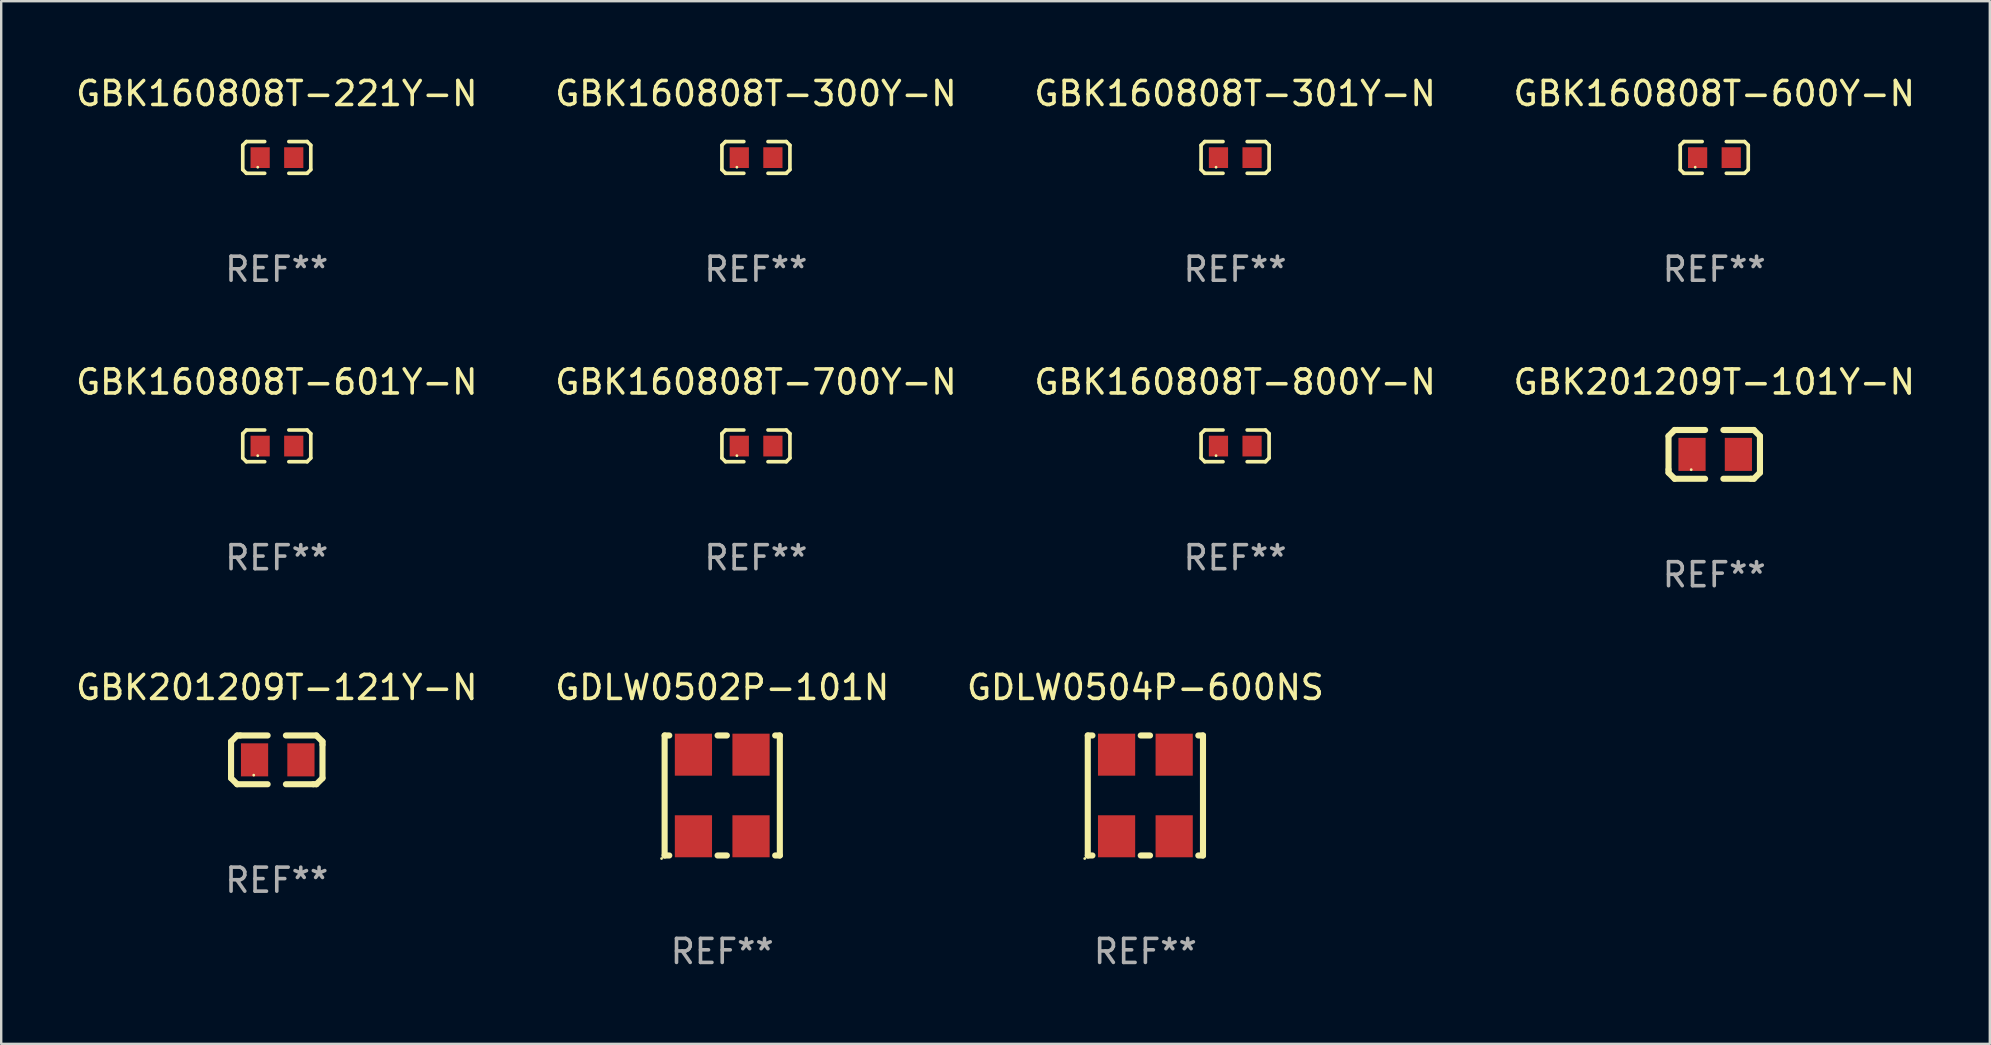
<source format=kicad_pcb>
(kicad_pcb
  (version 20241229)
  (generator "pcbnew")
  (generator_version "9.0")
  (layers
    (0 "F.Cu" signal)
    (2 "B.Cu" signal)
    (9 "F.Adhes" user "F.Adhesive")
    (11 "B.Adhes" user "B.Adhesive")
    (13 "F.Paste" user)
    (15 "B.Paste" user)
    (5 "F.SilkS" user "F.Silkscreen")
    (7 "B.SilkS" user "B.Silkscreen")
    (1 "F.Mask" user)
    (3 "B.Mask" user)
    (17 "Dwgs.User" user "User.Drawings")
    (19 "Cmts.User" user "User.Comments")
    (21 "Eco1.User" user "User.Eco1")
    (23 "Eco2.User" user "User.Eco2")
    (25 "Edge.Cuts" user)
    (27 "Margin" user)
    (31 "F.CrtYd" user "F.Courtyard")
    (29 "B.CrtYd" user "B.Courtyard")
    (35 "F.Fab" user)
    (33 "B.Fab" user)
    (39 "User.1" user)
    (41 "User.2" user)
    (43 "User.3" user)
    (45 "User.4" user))
  (footprint "GBK201209T-101Y-N"
    (layer "F.Cu")
    (at 68.375 15.882)
    (property "Reference" "GBK201209T-101Y-N" (at 0 -3.016 0) (layer "F.SilkS") (effects (font (size 1 1) (thickness 0.15))))
    (attr through_hole)
    (fp_line (start -1.905 -0.762) (end -1.905 0.635) (stroke (width 0.254) (type solid)) (layer "F.SilkS"))
    (fp_line (start -1.905 0.635) (end -1.905 0.762) (stroke (width 0.254) (type solid)) (layer "F.SilkS"))
    (fp_line (start -1.905 0.762) (end -1.651 1.016) (stroke (width 0.254) (type solid)) (layer "F.SilkS"))
    (fp_line (start -1.651 -1.016) (end -1.905 -0.762) (stroke (width 0.254) (type solid)) (layer "F.SilkS"))
    (fp_line (start -1.651 1.016) (end -0.381 1.016) (stroke (width 0.254) (type solid)) (layer "F.SilkS"))
    (fp_line (start -1.524 -1.016) (end -1.651 -1.016) (stroke (width 0.254) (type solid)) (layer "F.SilkS"))
    (fp_line (start -0.381 -1.016) (end -1.524 -1.016) (stroke (width 0.254) (type solid)) (layer "F.SilkS"))
    (fp_line (start 0.381 1.016) (end 1.524 1.016) (stroke (width 0.254) (type solid)) (layer "F.SilkS"))
    (fp_line (start 1.524 1.016) (end 1.651 1.016) (stroke (width 0.254) (type solid)) (layer "F.SilkS"))
    (fp_line (start 1.651 -1.016) (end 0.381 -1.016) (stroke (width 0.254) (type solid)) (layer "F.SilkS"))
    (fp_line (start 1.651 1.016) (end 1.905 0.762) (stroke (width 0.254) (type solid)) (layer "F.SilkS"))
    (fp_line (start 1.905 -0.762) (end 1.651 -1.016) (stroke (width 0.254) (type solid)) (layer "F.SilkS"))
    (fp_line (start 1.905 -0.635) (end 1.905 -0.762) (stroke (width 0.254) (type solid)) (layer "F.SilkS"))
    (fp_line (start 1.905 0.762) (end 1.905 -0.635) (stroke (width 0.254) (type solid)) (layer "F.SilkS"))
    (fp_circle (center -0.96 0.637) (end -0.93 0.637) (stroke (width 0.06) (type solid)) (fill no) (layer "F.SilkS"))
    (fp_text user "REF**" (at 0 5.016 0) (layer "F.Fab") (effects (font (size 1 1) (thickness 0.15))))
    (pad "1" smd rect (at -0.926 -0.000051) (size 1.133 1.377) (layers "F.Cu" "F.Mask" "F.Paste"))
    (pad "2" smd rect (at 1.006 -0.000051) (size 1.133 1.377) (layers "F.Cu" "F.Mask" "F.Paste")))
  (footprint "GBK160808T-301Y-N"
    (layer "F.Cu")
    (at 48.411 3.509)
    (property "Reference" "GBK160808T-301Y-N" (at 0 -2.661 0) (layer "F.SilkS") (effects (font (size 1 1) (thickness 0.15))))
    (attr through_hole)
    (fp_line (start -1.417 -0.508) (end -1.265 -0.661) (stroke (width 0.152) (type solid)) (layer "F.SilkS"))
    (fp_line (start -1.417 0.508) (end -1.417 -0.508) (stroke (width 0.152) (type solid)) (layer "F.SilkS"))
    (fp_line (start -1.265 -0.661) (end -0.503 -0.661) (stroke (width 0.152) (type solid)) (layer "F.SilkS"))
    (fp_line (start -1.265 0.661) (end -1.417 0.508) (stroke (width 0.152) (type solid)) (layer "F.SilkS"))
    (fp_line (start -1.265 0.661) (end -0.503 0.661) (stroke (width 0.152) (type solid)) (layer "F.SilkS"))
    (fp_line (start 1.265 -0.661) (end 0.503 -0.661) (stroke (width 0.152) (type solid)) (layer "F.SilkS"))
    (fp_line (start 1.265 -0.661) (end 1.417 -0.508) (stroke (width 0.152) (type solid)) (layer "F.SilkS"))
    (fp_line (start 1.265 0.661) (end 0.503 0.661) (stroke (width 0.152) (type solid)) (layer "F.SilkS"))
    (fp_line (start 1.417 -0.508) (end 1.417 0.508) (stroke (width 0.152) (type solid)) (layer "F.SilkS"))
    (fp_line (start 1.417 0.508) (end 1.265 0.661) (stroke (width 0.152) (type solid)) (layer "F.SilkS"))
    (fp_circle (center -0.793 0.409) (end -0.763 0.409) (stroke (width 0.06) (type solid)) (fill no) (layer "F.SilkS"))
    (fp_text user "REF**" (at 0 4.661 0) (layer "F.Fab") (effects (font (size 1 1) (thickness 0.15))))
    (pad "1" smd rect (at -0.693 0.009 180) (size 0.8 0.864) (layers "F.Cu" "F.Mask" "F.Paste"))
    (pad "2" smd rect (at 0.707 0.009 180) (size 0.8 0.864) (layers "F.Cu" "F.Mask" "F.Paste")))
  (footprint "GBK160808T-221Y-N"
    (layer "F.Cu")
    (at 8.482 3.509)
    (property "Reference" "GBK160808T-221Y-N" (at 0 -2.661 0) (layer "F.SilkS") (effects (font (size 1 1) (thickness 0.15))))
    (attr through_hole)
    (fp_line (start -1.417 -0.508) (end -1.265 -0.661) (stroke (width 0.152) (type solid)) (layer "F.SilkS"))
    (fp_line (start -1.417 0.508) (end -1.417 -0.508) (stroke (width 0.152) (type solid)) (layer "F.SilkS"))
    (fp_line (start -1.265 -0.661) (end -0.503 -0.661) (stroke (width 0.152) (type solid)) (layer "F.SilkS"))
    (fp_line (start -1.265 0.661) (end -1.417 0.508) (stroke (width 0.152) (type solid)) (layer "F.SilkS"))
    (fp_line (start -1.265 0.661) (end -0.503 0.661) (stroke (width 0.152) (type solid)) (layer "F.SilkS"))
    (fp_line (start 1.265 -0.661) (end 0.503 -0.661) (stroke (width 0.152) (type solid)) (layer "F.SilkS"))
    (fp_line (start 1.265 -0.661) (end 1.417 -0.508) (stroke (width 0.152) (type solid)) (layer "F.SilkS"))
    (fp_line (start 1.265 0.661) (end 0.503 0.661) (stroke (width 0.152) (type solid)) (layer "F.SilkS"))
    (fp_line (start 1.417 -0.508) (end 1.417 0.508) (stroke (width 0.152) (type solid)) (layer "F.SilkS"))
    (fp_line (start 1.417 0.508) (end 1.265 0.661) (stroke (width 0.152) (type solid)) (layer "F.SilkS"))
    (fp_circle (center -0.793 0.409) (end -0.763 0.409) (stroke (width 0.06) (type solid)) (fill no) (layer "F.SilkS"))
    (fp_text user "REF**" (at 0 4.661 0) (layer "F.Fab") (effects (font (size 1 1) (thickness 0.15))))
    (pad "1" smd rect (at -0.693 0.009 180) (size 0.8 0.864) (layers "F.Cu" "F.Mask" "F.Paste"))
    (pad "2" smd rect (at 0.707 0.009 180) (size 0.8 0.864) (layers "F.Cu" "F.Mask" "F.Paste")))
  (footprint "GBK201209T-121Y-N"
    (layer "F.Cu")
    (at 8.482 28.61)
    (property "Reference" "GBK201209T-121Y-N" (at 0 -3.016 0) (layer "F.SilkS") (effects (font (size 1 1) (thickness 0.15))))
    (attr through_hole)
    (fp_line (start -1.905 -0.762) (end -1.905 0.635) (stroke (width 0.254) (type solid)) (layer "F.SilkS"))
    (fp_line (start -1.905 0.635) (end -1.905 0.762) (stroke (width 0.254) (type solid)) (layer "F.SilkS"))
    (fp_line (start -1.905 0.762) (end -1.651 1.016) (stroke (width 0.254) (type solid)) (layer "F.SilkS"))
    (fp_line (start -1.651 -1.016) (end -1.905 -0.762) (stroke (width 0.254) (type solid)) (layer "F.SilkS"))
    (fp_line (start -1.651 1.016) (end -0.381 1.016) (stroke (width 0.254) (type solid)) (layer "F.SilkS"))
    (fp_line (start -1.524 -1.016) (end -1.651 -1.016) (stroke (width 0.254) (type solid)) (layer "F.SilkS"))
    (fp_line (start -0.381 -1.016) (end -1.524 -1.016) (stroke (width 0.254) (type solid)) (layer "F.SilkS"))
    (fp_line (start 0.381 1.016) (end 1.524 1.016) (stroke (width 0.254) (type solid)) (layer "F.SilkS"))
    (fp_line (start 1.524 1.016) (end 1.651 1.016) (stroke (width 0.254) (type solid)) (layer "F.SilkS"))
    (fp_line (start 1.651 -1.016) (end 0.381 -1.016) (stroke (width 0.254) (type solid)) (layer "F.SilkS"))
    (fp_line (start 1.651 1.016) (end 1.905 0.762) (stroke (width 0.254) (type solid)) (layer "F.SilkS"))
    (fp_line (start 1.905 -0.762) (end 1.651 -1.016) (stroke (width 0.254) (type solid)) (layer "F.SilkS"))
    (fp_line (start 1.905 -0.635) (end 1.905 -0.762) (stroke (width 0.254) (type solid)) (layer "F.SilkS"))
    (fp_line (start 1.905 0.762) (end 1.905 -0.635) (stroke (width 0.254) (type solid)) (layer "F.SilkS"))
    (fp_circle (center -0.96 0.637) (end -0.93 0.637) (stroke (width 0.06) (type solid)) (fill no) (layer "F.SilkS"))
    (fp_text user "REF**" (at 0 5.016 0) (layer "F.Fab") (effects (font (size 1 1) (thickness 0.15))))
    (pad "1" smd rect (at -0.926 -0.000051) (size 1.133 1.377) (layers "F.Cu" "F.Mask" "F.Paste"))
    (pad "2" smd rect (at 1.006 -0.000051) (size 1.133 1.377) (layers "F.Cu" "F.Mask" "F.Paste")))
  (footprint "GBK160808T-300Y-N"
    (layer "F.Cu")
    (at 28.446 3.509)
    (property "Reference" "GBK160808T-300Y-N" (at 0 -2.661 0) (layer "F.SilkS") (effects (font (size 1 1) (thickness 0.15))))
    (attr through_hole)
    (fp_line (start -1.417 -0.508) (end -1.265 -0.661) (stroke (width 0.152) (type solid)) (layer "F.SilkS"))
    (fp_line (start -1.417 0.508) (end -1.417 -0.508) (stroke (width 0.152) (type solid)) (layer "F.SilkS"))
    (fp_line (start -1.265 -0.661) (end -0.503 -0.661) (stroke (width 0.152) (type solid)) (layer "F.SilkS"))
    (fp_line (start -1.265 0.661) (end -1.417 0.508) (stroke (width 0.152) (type solid)) (layer "F.SilkS"))
    (fp_line (start -1.265 0.661) (end -0.503 0.661) (stroke (width 0.152) (type solid)) (layer "F.SilkS"))
    (fp_line (start 1.265 -0.661) (end 0.503 -0.661) (stroke (width 0.152) (type solid)) (layer "F.SilkS"))
    (fp_line (start 1.265 -0.661) (end 1.417 -0.508) (stroke (width 0.152) (type solid)) (layer "F.SilkS"))
    (fp_line (start 1.265 0.661) (end 0.503 0.661) (stroke (width 0.152) (type solid)) (layer "F.SilkS"))
    (fp_line (start 1.417 -0.508) (end 1.417 0.508) (stroke (width 0.152) (type solid)) (layer "F.SilkS"))
    (fp_line (start 1.417 0.508) (end 1.265 0.661) (stroke (width 0.152) (type solid)) (layer "F.SilkS"))
    (fp_circle (center -0.793 0.409) (end -0.763 0.409) (stroke (width 0.06) (type solid)) (fill no) (layer "F.SilkS"))
    (fp_text user "REF**" (at 0 4.661 0) (layer "F.Fab") (effects (font (size 1 1) (thickness 0.15))))
    (pad "1" smd rect (at -0.693 0.009 180) (size 0.8 0.864) (layers "F.Cu" "F.Mask" "F.Paste"))
    (pad "2" smd rect (at 0.707 0.009 180) (size 0.8 0.864) (layers "F.Cu" "F.Mask" "F.Paste")))
  (footprint "GBK160808T-601Y-N"
    (layer "F.Cu")
    (at 8.482 15.527)
    (property "Reference" "GBK160808T-601Y-N" (at 0 -2.661 0) (layer "F.SilkS") (effects (font (size 1 1) (thickness 0.15))))
    (attr through_hole)
    (fp_line (start -1.417 -0.508) (end -1.265 -0.661) (stroke (width 0.152) (type solid)) (layer "F.SilkS"))
    (fp_line (start -1.417 0.508) (end -1.417 -0.508) (stroke (width 0.152) (type solid)) (layer "F.SilkS"))
    (fp_line (start -1.265 -0.661) (end -0.503 -0.661) (stroke (width 0.152) (type solid)) (layer "F.SilkS"))
    (fp_line (start -1.265 0.661) (end -1.417 0.508) (stroke (width 0.152) (type solid)) (layer "F.SilkS"))
    (fp_line (start -1.265 0.661) (end -0.503 0.661) (stroke (width 0.152) (type solid)) (layer "F.SilkS"))
    (fp_line (start 1.265 -0.661) (end 0.503 -0.661) (stroke (width 0.152) (type solid)) (layer "F.SilkS"))
    (fp_line (start 1.265 -0.661) (end 1.417 -0.508) (stroke (width 0.152) (type solid)) (layer "F.SilkS"))
    (fp_line (start 1.265 0.661) (end 0.503 0.661) (stroke (width 0.152) (type solid)) (layer "F.SilkS"))
    (fp_line (start 1.417 -0.508) (end 1.417 0.508) (stroke (width 0.152) (type solid)) (layer "F.SilkS"))
    (fp_line (start 1.417 0.508) (end 1.265 0.661) (stroke (width 0.152) (type solid)) (layer "F.SilkS"))
    (fp_circle (center -0.793 0.409) (end -0.763 0.409) (stroke (width 0.06) (type solid)) (fill no) (layer "F.SilkS"))
    (fp_text user "REF**" (at 0 4.661 0) (layer "F.Fab") (effects (font (size 1 1) (thickness 0.15))))
    (pad "1" smd rect (at -0.693 0.009 180) (size 0.8 0.864) (layers "F.Cu" "F.Mask" "F.Paste"))
    (pad "2" smd rect (at 0.707 0.009 180) (size 0.8 0.864) (layers "F.Cu" "F.Mask" "F.Paste")))
  (footprint "GDLW0504P-600NS"
    (layer "F.Cu")
    (at 44.673 30.094)
    (property "Reference" "GDLW0504P-600NS" (at 0 -4.5 0) (layer "F.SilkS") (effects (font (size 1 1) (thickness 0.15))))
    (attr through_hole)
    (fp_line (start -2.4 -2.5) (end -2.206 -2.5) (stroke (width 0.254) (type solid)) (layer "F.SilkS"))
    (fp_line (start -2.4 2.5) (end -2.4 -2.5) (stroke (width 0.254) (type solid)) (layer "F.SilkS"))
    (fp_line (start -2.4 2.5) (end -2.206 2.5) (stroke (width 0.254) (type solid)) (layer "F.SilkS"))
    (fp_line (start -0.194 -2.5) (end 0.194 -2.5) (stroke (width 0.254) (type solid)) (layer "F.SilkS"))
    (fp_line (start -0.194 2.5) (end 0.194 2.5) (stroke (width 0.254) (type solid)) (layer "F.SilkS"))
    (fp_line (start 2.206 -2.5) (end 2.4 -2.5) (stroke (width 0.254) (type solid)) (layer "F.SilkS"))
    (fp_line (start 2.206 2.5) (end 2.4 2.5) (stroke (width 0.254) (type solid)) (layer "F.SilkS"))
    (fp_line (start 2.4 2.5) (end 2.4 -2.5) (stroke (width 0.254) (type solid)) (layer "F.SilkS"))
    (fp_circle (center -2.527 2.627) (end -2.497 2.627) (stroke (width 0.06) (type solid)) (fill no) (layer "F.SilkS"))
    (fp_text user "REF**" (at 0 6.5 0) (layer "F.Fab") (effects (font (size 1 1) (thickness 0.15))))
    (pad "1" smd rect (at -1.2 1.7 180) (size 1.55 1.75) (layers "F.Cu" "F.Mask" "F.Paste"))
    (pad "2" smd rect (at -1.2 -1.7 180) (size 1.55 1.75) (layers "F.Cu" "F.Mask" "F.Paste"))
    (pad "3" smd rect (at 1.2 -1.7 180) (size 1.55 1.75) (layers "F.Cu" "F.Mask" "F.Paste"))
    (pad "4" smd rect (at 1.2 1.7 180) (size 1.55 1.75) (layers "F.Cu" "F.Mask" "F.Paste")))
  (footprint "GBK160808T-600Y-N"
    (layer "F.Cu")
    (at 68.375 3.509)
    (property "Reference" "GBK160808T-600Y-N" (at 0 -2.661 0) (layer "F.SilkS") (effects (font (size 1 1) (thickness 0.15))))
    (attr through_hole)
    (fp_line (start -1.417 -0.508) (end -1.265 -0.661) (stroke (width 0.152) (type solid)) (layer "F.SilkS"))
    (fp_line (start -1.417 0.508) (end -1.417 -0.508) (stroke (width 0.152) (type solid)) (layer "F.SilkS"))
    (fp_line (start -1.265 -0.661) (end -0.503 -0.661) (stroke (width 0.152) (type solid)) (layer "F.SilkS"))
    (fp_line (start -1.265 0.661) (end -1.417 0.508) (stroke (width 0.152) (type solid)) (layer "F.SilkS"))
    (fp_line (start -1.265 0.661) (end -0.503 0.661) (stroke (width 0.152) (type solid)) (layer "F.SilkS"))
    (fp_line (start 1.265 -0.661) (end 0.503 -0.661) (stroke (width 0.152) (type solid)) (layer "F.SilkS"))
    (fp_line (start 1.265 -0.661) (end 1.417 -0.508) (stroke (width 0.152) (type solid)) (layer "F.SilkS"))
    (fp_line (start 1.265 0.661) (end 0.503 0.661) (stroke (width 0.152) (type solid)) (layer "F.SilkS"))
    (fp_line (start 1.417 -0.508) (end 1.417 0.508) (stroke (width 0.152) (type solid)) (layer "F.SilkS"))
    (fp_line (start 1.417 0.508) (end 1.265 0.661) (stroke (width 0.152) (type solid)) (layer "F.SilkS"))
    (fp_circle (center -0.793 0.409) (end -0.763 0.409) (stroke (width 0.06) (type solid)) (fill no) (layer "F.SilkS"))
    (fp_text user "REF**" (at 0 4.661 0) (layer "F.Fab") (effects (font (size 1 1) (thickness 0.15))))
    (pad "1" smd rect (at -0.693 0.009 180) (size 0.8 0.864) (layers "F.Cu" "F.Mask" "F.Paste"))
    (pad "2" smd rect (at 0.707 0.009 180) (size 0.8 0.864) (layers "F.Cu" "F.Mask" "F.Paste")))
  (footprint "GDLW0502P-101N"
    (layer "F.Cu")
    (at 27.042 30.094)
    (property "Reference" "GDLW0502P-101N" (at 0 -4.5 0) (layer "F.SilkS") (effects (font (size 1 1) (thickness 0.15))))
    (attr through_hole)
    (fp_line (start -2.4 -2.5) (end -2.206 -2.5) (stroke (width 0.254) (type solid)) (layer "F.SilkS"))
    (fp_line (start -2.4 2.5) (end -2.4 -2.5) (stroke (width 0.254) (type solid)) (layer "F.SilkS"))
    (fp_line (start -2.4 2.5) (end -2.206 2.5) (stroke (width 0.254) (type solid)) (layer "F.SilkS"))
    (fp_line (start -0.194 -2.5) (end 0.194 -2.5) (stroke (width 0.254) (type solid)) (layer "F.SilkS"))
    (fp_line (start -0.194 2.5) (end 0.194 2.5) (stroke (width 0.254) (type solid)) (layer "F.SilkS"))
    (fp_line (start 2.206 -2.5) (end 2.4 -2.5) (stroke (width 0.254) (type solid)) (layer "F.SilkS"))
    (fp_line (start 2.206 2.5) (end 2.4 2.5) (stroke (width 0.254) (type solid)) (layer "F.SilkS"))
    (fp_line (start 2.4 2.5) (end 2.4 -2.5) (stroke (width 0.254) (type solid)) (layer "F.SilkS"))
    (fp_circle (center -2.527 2.627) (end -2.497 2.627) (stroke (width 0.06) (type solid)) (fill no) (layer "F.SilkS"))
    (fp_text user "REF**" (at 0 6.5 0) (layer "F.Fab") (effects (font (size 1 1) (thickness 0.15))))
    (pad "1" smd rect (at -1.2 1.7 180) (size 1.55 1.75) (layers "F.Cu" "F.Mask" "F.Paste"))
    (pad "2" smd rect (at -1.2 -1.7 180) (size 1.55 1.75) (layers "F.Cu" "F.Mask" "F.Paste"))
    (pad "3" smd rect (at 1.2 -1.7 180) (size 1.55 1.75) (layers "F.Cu" "F.Mask" "F.Paste"))
    (pad "4" smd rect (at 1.2 1.7 180) (size 1.55 1.75) (layers "F.Cu" "F.Mask" "F.Paste")))
  (footprint "GBK160808T-700Y-N"
    (layer "F.Cu")
    (at 28.446 15.527)
    (property "Reference" "GBK160808T-700Y-N" (at 0 -2.661 0) (layer "F.SilkS") (effects (font (size 1 1) (thickness 0.15))))
    (attr through_hole)
    (fp_line (start -1.417 -0.508) (end -1.265 -0.661) (stroke (width 0.152) (type solid)) (layer "F.SilkS"))
    (fp_line (start -1.417 0.508) (end -1.417 -0.508) (stroke (width 0.152) (type solid)) (layer "F.SilkS"))
    (fp_line (start -1.265 -0.661) (end -0.503 -0.661) (stroke (width 0.152) (type solid)) (layer "F.SilkS"))
    (fp_line (start -1.265 0.661) (end -1.417 0.508) (stroke (width 0.152) (type solid)) (layer "F.SilkS"))
    (fp_line (start -1.265 0.661) (end -0.503 0.661) (stroke (width 0.152) (type solid)) (layer "F.SilkS"))
    (fp_line (start 1.265 -0.661) (end 0.503 -0.661) (stroke (width 0.152) (type solid)) (layer "F.SilkS"))
    (fp_line (start 1.265 -0.661) (end 1.417 -0.508) (stroke (width 0.152) (type solid)) (layer "F.SilkS"))
    (fp_line (start 1.265 0.661) (end 0.503 0.661) (stroke (width 0.152) (type solid)) (layer "F.SilkS"))
    (fp_line (start 1.417 -0.508) (end 1.417 0.508) (stroke (width 0.152) (type solid)) (layer "F.SilkS"))
    (fp_line (start 1.417 0.508) (end 1.265 0.661) (stroke (width 0.152) (type solid)) (layer "F.SilkS"))
    (fp_circle (center -0.793 0.409) (end -0.763 0.409) (stroke (width 0.06) (type solid)) (fill no) (layer "F.SilkS"))
    (fp_text user "REF**" (at 0 4.661 0) (layer "F.Fab") (effects (font (size 1 1) (thickness 0.15))))
    (pad "1" smd rect (at -0.693 0.009 180) (size 0.8 0.864) (layers "F.Cu" "F.Mask" "F.Paste"))
    (pad "2" smd rect (at 0.707 0.009 180) (size 0.8 0.864) (layers "F.Cu" "F.Mask" "F.Paste")))
  (footprint "GBK160808T-800Y-N"
    (layer "F.Cu")
    (at 48.411 15.527)
    (property "Reference" "GBK160808T-800Y-N" (at 0 -2.661 0) (layer "F.SilkS") (effects (font (size 1 1) (thickness 0.15))))
    (attr through_hole)
    (fp_line (start -1.417 -0.508) (end -1.265 -0.661) (stroke (width 0.152) (type solid)) (layer "F.SilkS"))
    (fp_line (start -1.417 0.508) (end -1.417 -0.508) (stroke (width 0.152) (type solid)) (layer "F.SilkS"))
    (fp_line (start -1.265 -0.661) (end -0.503 -0.661) (stroke (width 0.152) (type solid)) (layer "F.SilkS"))
    (fp_line (start -1.265 0.661) (end -1.417 0.508) (stroke (width 0.152) (type solid)) (layer "F.SilkS"))
    (fp_line (start -1.265 0.661) (end -0.503 0.661) (stroke (width 0.152) (type solid)) (layer "F.SilkS"))
    (fp_line (start 1.265 -0.661) (end 0.503 -0.661) (stroke (width 0.152) (type solid)) (layer "F.SilkS"))
    (fp_line (start 1.265 -0.661) (end 1.417 -0.508) (stroke (width 0.152) (type solid)) (layer "F.SilkS"))
    (fp_line (start 1.265 0.661) (end 0.503 0.661) (stroke (width 0.152) (type solid)) (layer "F.SilkS"))
    (fp_line (start 1.417 -0.508) (end 1.417 0.508) (stroke (width 0.152) (type solid)) (layer "F.SilkS"))
    (fp_line (start 1.417 0.508) (end 1.265 0.661) (stroke (width 0.152) (type solid)) (layer "F.SilkS"))
    (fp_circle (center -0.793 0.409) (end -0.763 0.409) (stroke (width 0.06) (type solid)) (fill no) (layer "F.SilkS"))
    (fp_text user "REF**" (at 0 4.661 0) (layer "F.Fab") (effects (font (size 1 1) (thickness 0.15))))
    (pad "1" smd rect (at -0.693 0.009 180) (size 0.8 0.864) (layers "F.Cu" "F.Mask" "F.Paste"))
    (pad "2" smd rect (at 0.707 0.009 180) (size 0.8 0.864) (layers "F.Cu" "F.Mask" "F.Paste")))
  (gr_rect
    (start -3 -3)
    (end 79.857 40.443)
    (stroke (width 0.1) (type default))
    (fill no)
    (layer "Edge.Cuts")))
</source>
